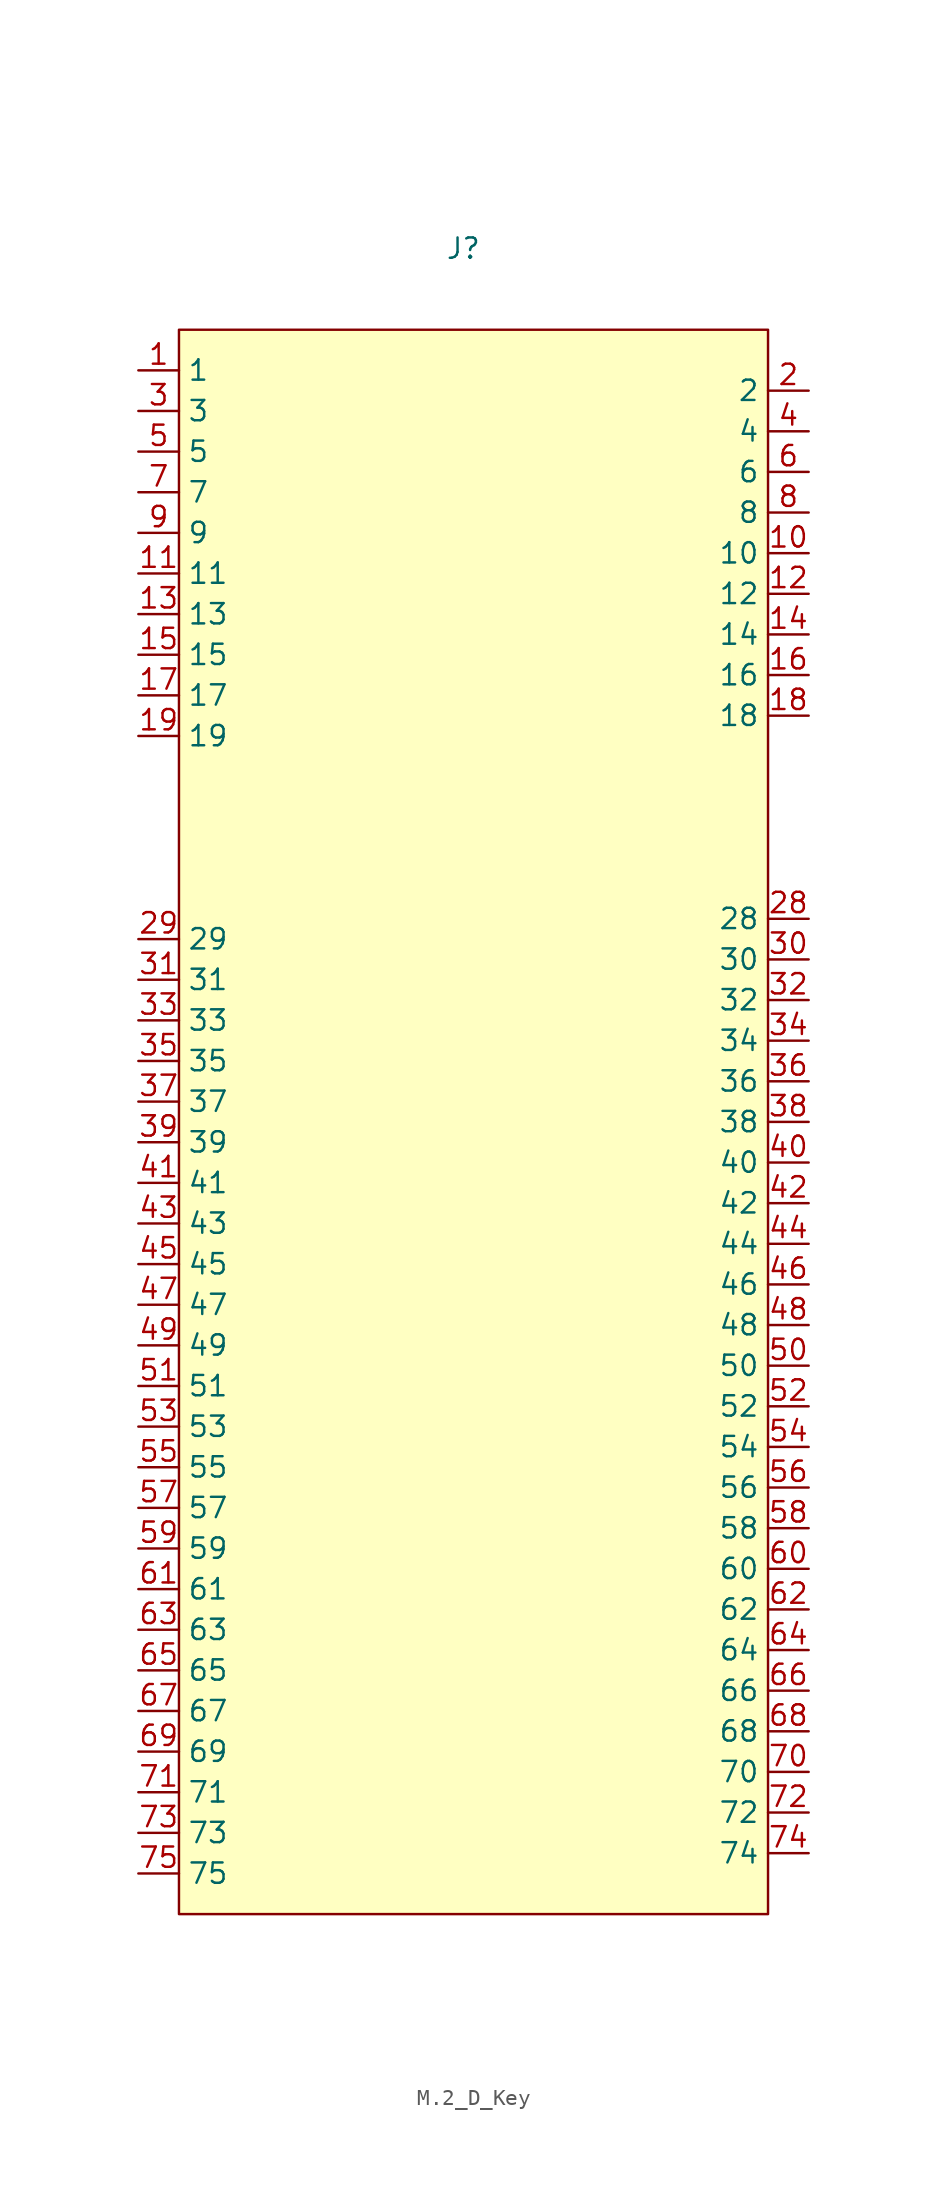
<source format=kicad_sym>
(kicad_symbol_lib
  (version 20241209)
  (generator "kicad_symbol_editor")
  (generator_version "9.0")
  (symbol "M.2_D_Key"
    (property "Reference" "J"
      (at 0 0 0)
      (effects (font (size 1.27 1.27))))
    (property "Value" ""
      (at 0 0 0)
      (effects (font (size 1.27 1.27))))
    (symbol "M.2_D_Key_0_1"
      (rectangle (start -17.78 -5.08) (end 19.05 -104.14) (stroke (width 0) (type default)) (fill (type background))))
    (symbol "M.2_D_Key_1_1"
      (pin unspecified line (at -20.32 -7.62 0) (length 2.54) (name "1" (effects (font (size 1.27 1.27)))) (number "1" (effects (font (size 1.27 1.27)))))
      (pin unspecified line (at -20.32 -10.16 0) (length 2.54) (name "3" (effects (font (size 1.27 1.27)))) (number "3" (effects (font (size 1.27 1.27)))))
      (pin unspecified line (at -20.32 -12.7 0) (length 2.54) (name "5" (effects (font (size 1.27 1.27)))) (number "5" (effects (font (size 1.27 1.27)))))
      (pin unspecified line (at -20.32 -15.24 0) (length 2.54) (name "7" (effects (font (size 1.27 1.27)))) (number "7" (effects (font (size 1.27 1.27)))))
      (pin unspecified line (at -20.32 -17.78 0) (length 2.54) (name "9" (effects (font (size 1.27 1.27)))) (number "9" (effects (font (size 1.27 1.27)))))
      (pin unspecified line (at -20.32 -20.32 0) (length 2.54) (name "11" (effects (font (size 1.27 1.27)))) (number "11" (effects (font (size 1.27 1.27)))))
      (pin unspecified line (at -20.32 -22.86 0) (length 2.54) (name "13" (effects (font (size 1.27 1.27)))) (number "13" (effects (font (size 1.27 1.27)))))
      (pin unspecified line (at -20.32 -25.4 0) (length 2.54) (name "15" (effects (font (size 1.27 1.27)))) (number "15" (effects (font (size 1.27 1.27)))))
      (pin unspecified line (at -20.32 -27.94 0) (length 2.54) (name "17" (effects (font (size 1.27 1.27)))) (number "17" (effects (font (size 1.27 1.27)))))
      (pin unspecified line (at -20.32 -30.48 0) (length 2.54) (name "19" (effects (font (size 1.27 1.27)))) (number "19" (effects (font (size 1.27 1.27)))))
      (pin unspecified line (at -20.32 -43.18 0) (length 2.54) (name "29" (effects (font (size 1.27 1.27)))) (number "29" (effects (font (size 1.27 1.27)))))
      (pin unspecified line (at -20.32 -45.72 0) (length 2.54) (name "31" (effects (font (size 1.27 1.27)))) (number "31" (effects (font (size 1.27 1.27)))))
      (pin unspecified line (at -20.32 -48.26 0) (length 2.54) (name "33" (effects (font (size 1.27 1.27)))) (number "33" (effects (font (size 1.27 1.27)))))
      (pin unspecified line (at -20.32 -50.8 0) (length 2.54) (name "35" (effects (font (size 1.27 1.27)))) (number "35" (effects (font (size 1.27 1.27)))))
      (pin unspecified line (at -20.32 -53.34 0) (length 2.54) (name "37" (effects (font (size 1.27 1.27)))) (number "37" (effects (font (size 1.27 1.27)))))
      (pin unspecified line (at -20.32 -55.88 0) (length 2.54) (name "39" (effects (font (size 1.27 1.27)))) (number "39" (effects (font (size 1.27 1.27)))))
      (pin unspecified line (at -20.32 -58.42 0) (length 2.54) (name "41" (effects (font (size 1.27 1.27)))) (number "41" (effects (font (size 1.27 1.27)))))
      (pin unspecified line (at -20.32 -60.96 0) (length 2.54) (name "43" (effects (font (size 1.27 1.27)))) (number "43" (effects (font (size 1.27 1.27)))))
      (pin unspecified line (at -20.32 -63.5 0) (length 2.54) (name "45" (effects (font (size 1.27 1.27)))) (number "45" (effects (font (size 1.27 1.27)))))
      (pin unspecified line (at -20.32 -66.04 0) (length 2.54) (name "47" (effects (font (size 1.27 1.27)))) (number "47" (effects (font (size 1.27 1.27)))))
      (pin unspecified line (at -20.32 -68.58 0) (length 2.54) (name "49" (effects (font (size 1.27 1.27)))) (number "49" (effects (font (size 1.27 1.27)))))
      (pin unspecified line (at -20.32 -71.12 0) (length 2.54) (name "51" (effects (font (size 1.27 1.27)))) (number "51" (effects (font (size 1.27 1.27)))))
      (pin unspecified line (at -20.32 -73.66 0) (length 2.54) (name "53" (effects (font (size 1.27 1.27)))) (number "53" (effects (font (size 1.27 1.27)))))
      (pin unspecified line (at -20.32 -76.2 0) (length 2.54) (name "55" (effects (font (size 1.27 1.27)))) (number "55" (effects (font (size 1.27 1.27)))))
      (pin unspecified line (at -20.32 -78.74 0) (length 2.54) (name "57" (effects (font (size 1.27 1.27)))) (number "57" (effects (font (size 1.27 1.27)))))
      (pin unspecified line (at -20.32 -81.28 0) (length 2.54) (name "59" (effects (font (size 1.27 1.27)))) (number "59" (effects (font (size 1.27 1.27)))))
      (pin unspecified line (at -20.32 -83.82 0) (length 2.54) (name "61" (effects (font (size 1.27 1.27)))) (number "61" (effects (font (size 1.27 1.27)))))
      (pin unspecified line (at -20.32 -86.36 0) (length 2.54) (name "63" (effects (font (size 1.27 1.27)))) (number "63" (effects (font (size 1.27 1.27)))))
      (pin unspecified line (at -20.32 -88.9 0) (length 2.54) (name "65" (effects (font (size 1.27 1.27)))) (number "65" (effects (font (size 1.27 1.27)))))
      (pin unspecified line (at -20.32 -91.44 0) (length 2.54) (name "67" (effects (font (size 1.27 1.27)))) (number "67" (effects (font (size 1.27 1.27)))))
      (pin unspecified line (at -20.32 -93.98 0) (length 2.54) (name "69" (effects (font (size 1.27 1.27)))) (number "69" (effects (font (size 1.27 1.27)))))
      (pin unspecified line (at -20.32 -96.52 0) (length 2.54) (name "71" (effects (font (size 1.27 1.27)))) (number "71" (effects (font (size 1.27 1.27)))))
      (pin unspecified line (at -20.32 -99.06 0) (length 2.54) (name "73" (effects (font (size 1.27 1.27)))) (number "73" (effects (font (size 1.27 1.27)))))
      (pin unspecified line (at -20.32 -101.6 0) (length 2.54) (name "75" (effects (font (size 1.27 1.27)))) (number "75" (effects (font (size 1.27 1.27)))))
      (pin unspecified line (at 21.59 -8.89 180) (length 2.54) (name "2" (effects (font (size 1.27 1.27)))) (number "2" (effects (font (size 1.27 1.27)))))
      (pin unspecified line (at 21.59 -11.43 180) (length 2.54) (name "4" (effects (font (size 1.27 1.27)))) (number "4" (effects (font (size 1.27 1.27)))))
      (pin unspecified line (at 21.59 -13.97 180) (length 2.54) (name "6" (effects (font (size 1.27 1.27)))) (number "6" (effects (font (size 1.27 1.27)))))
      (pin unspecified line (at 21.59 -16.51 180) (length 2.54) (name "8" (effects (font (size 1.27 1.27)))) (number "8" (effects (font (size 1.27 1.27)))))
      (pin unspecified line (at 21.59 -19.05 180) (length 2.54) (name "10" (effects (font (size 1.27 1.27)))) (number "10" (effects (font (size 1.27 1.27)))))
      (pin unspecified line (at 21.59 -21.59 180) (length 2.54) (name "12" (effects (font (size 1.27 1.27)))) (number "12" (effects (font (size 1.27 1.27)))))
      (pin unspecified line (at 21.59 -24.13 180) (length 2.54) (name "14" (effects (font (size 1.27 1.27)))) (number "14" (effects (font (size 1.27 1.27)))))
      (pin unspecified line (at 21.59 -26.67 180) (length 2.54) (name "16" (effects (font (size 1.27 1.27)))) (number "16" (effects (font (size 1.27 1.27)))))
      (pin unspecified line (at 21.59 -29.21 180) (length 2.54) (name "18" (effects (font (size 1.27 1.27)))) (number "18" (effects (font (size 1.27 1.27)))))
      (pin unspecified line (at 21.59 -41.91 180) (length 2.54) (name "28" (effects (font (size 1.27 1.27)))) (number "28" (effects (font (size 1.27 1.27)))))
      (pin unspecified line (at 21.59 -44.45 180) (length 2.54) (name "30" (effects (font (size 1.27 1.27)))) (number "30" (effects (font (size 1.27 1.27)))))
      (pin unspecified line (at 21.59 -46.99 180) (length 2.54) (name "32" (effects (font (size 1.27 1.27)))) (number "32" (effects (font (size 1.27 1.27)))))
      (pin unspecified line (at 21.59 -49.53 180) (length 2.54) (name "34" (effects (font (size 1.27 1.27)))) (number "34" (effects (font (size 1.27 1.27)))))
      (pin unspecified line (at 21.59 -52.07 180) (length 2.54) (name "36" (effects (font (size 1.27 1.27)))) (number "36" (effects (font (size 1.27 1.27)))))
      (pin unspecified line (at 21.59 -54.61 180) (length 2.54) (name "38" (effects (font (size 1.27 1.27)))) (number "38" (effects (font (size 1.27 1.27)))))
      (pin unspecified line (at 21.59 -57.15 180) (length 2.54) (name "40" (effects (font (size 1.27 1.27)))) (number "40" (effects (font (size 1.27 1.27)))))
      (pin unspecified line (at 21.59 -59.69 180) (length 2.54) (name "42" (effects (font (size 1.27 1.27)))) (number "42" (effects (font (size 1.27 1.27)))))
      (pin unspecified line (at 21.59 -62.23 180) (length 2.54) (name "44" (effects (font (size 1.27 1.27)))) (number "44" (effects (font (size 1.27 1.27)))))
      (pin unspecified line (at 21.59 -64.77 180) (length 2.54) (name "46" (effects (font (size 1.27 1.27)))) (number "46" (effects (font (size 1.27 1.27)))))
      (pin unspecified line (at 21.59 -67.31 180) (length 2.54) (name "48" (effects (font (size 1.27 1.27)))) (number "48" (effects (font (size 1.27 1.27)))))
      (pin unspecified line (at 21.59 -69.85 180) (length 2.54) (name "50" (effects (font (size 1.27 1.27)))) (number "50" (effects (font (size 1.27 1.27)))))
      (pin unspecified line (at 21.59 -72.39 180) (length 2.54) (name "52" (effects (font (size 1.27 1.27)))) (number "52" (effects (font (size 1.27 1.27)))))
      (pin unspecified line (at 21.59 -74.93 180) (length 2.54) (name "54" (effects (font (size 1.27 1.27)))) (number "54" (effects (font (size 1.27 1.27)))))
      (pin unspecified line (at 21.59 -77.47 180) (length 2.54) (name "56" (effects (font (size 1.27 1.27)))) (number "56" (effects (font (size 1.27 1.27)))))
      (pin unspecified line (at 21.59 -80.01 180) (length 2.54) (name "58" (effects (font (size 1.27 1.27)))) (number "58" (effects (font (size 1.27 1.27)))))
      (pin unspecified line (at 21.59 -82.55 180) (length 2.54) (name "60" (effects (font (size 1.27 1.27)))) (number "60" (effects (font (size 1.27 1.27)))))
      (pin unspecified line (at 21.59 -85.09 180) (length 2.54) (name "62" (effects (font (size 1.27 1.27)))) (number "62" (effects (font (size 1.27 1.27)))))
      (pin unspecified line (at 21.59 -87.63 180) (length 2.54) (name "64" (effects (font (size 1.27 1.27)))) (number "64" (effects (font (size 1.27 1.27)))))
      (pin unspecified line (at 21.59 -90.17 180) (length 2.54) (name "66" (effects (font (size 1.27 1.27)))) (number "66" (effects (font (size 1.27 1.27)))))
      (pin unspecified line (at 21.59 -92.71 180) (length 2.54) (name "68" (effects (font (size 1.27 1.27)))) (number "68" (effects (font (size 1.27 1.27)))))
      (pin unspecified line (at 21.59 -95.25 180) (length 2.54) (name "70" (effects (font (size 1.27 1.27)))) (number "70" (effects (font (size 1.27 1.27)))))
      (pin unspecified line (at 21.59 -97.79 180) (length 2.54) (name "72" (effects (font (size 1.27 1.27)))) (number "72" (effects (font (size 1.27 1.27)))))
      (pin unspecified line (at 21.59 -100.33 180) (length 2.54) (name "74" (effects (font (size 1.27 1.27)))) (number "74" (effects (font (size 1.27 1.27))))))))
</source>
